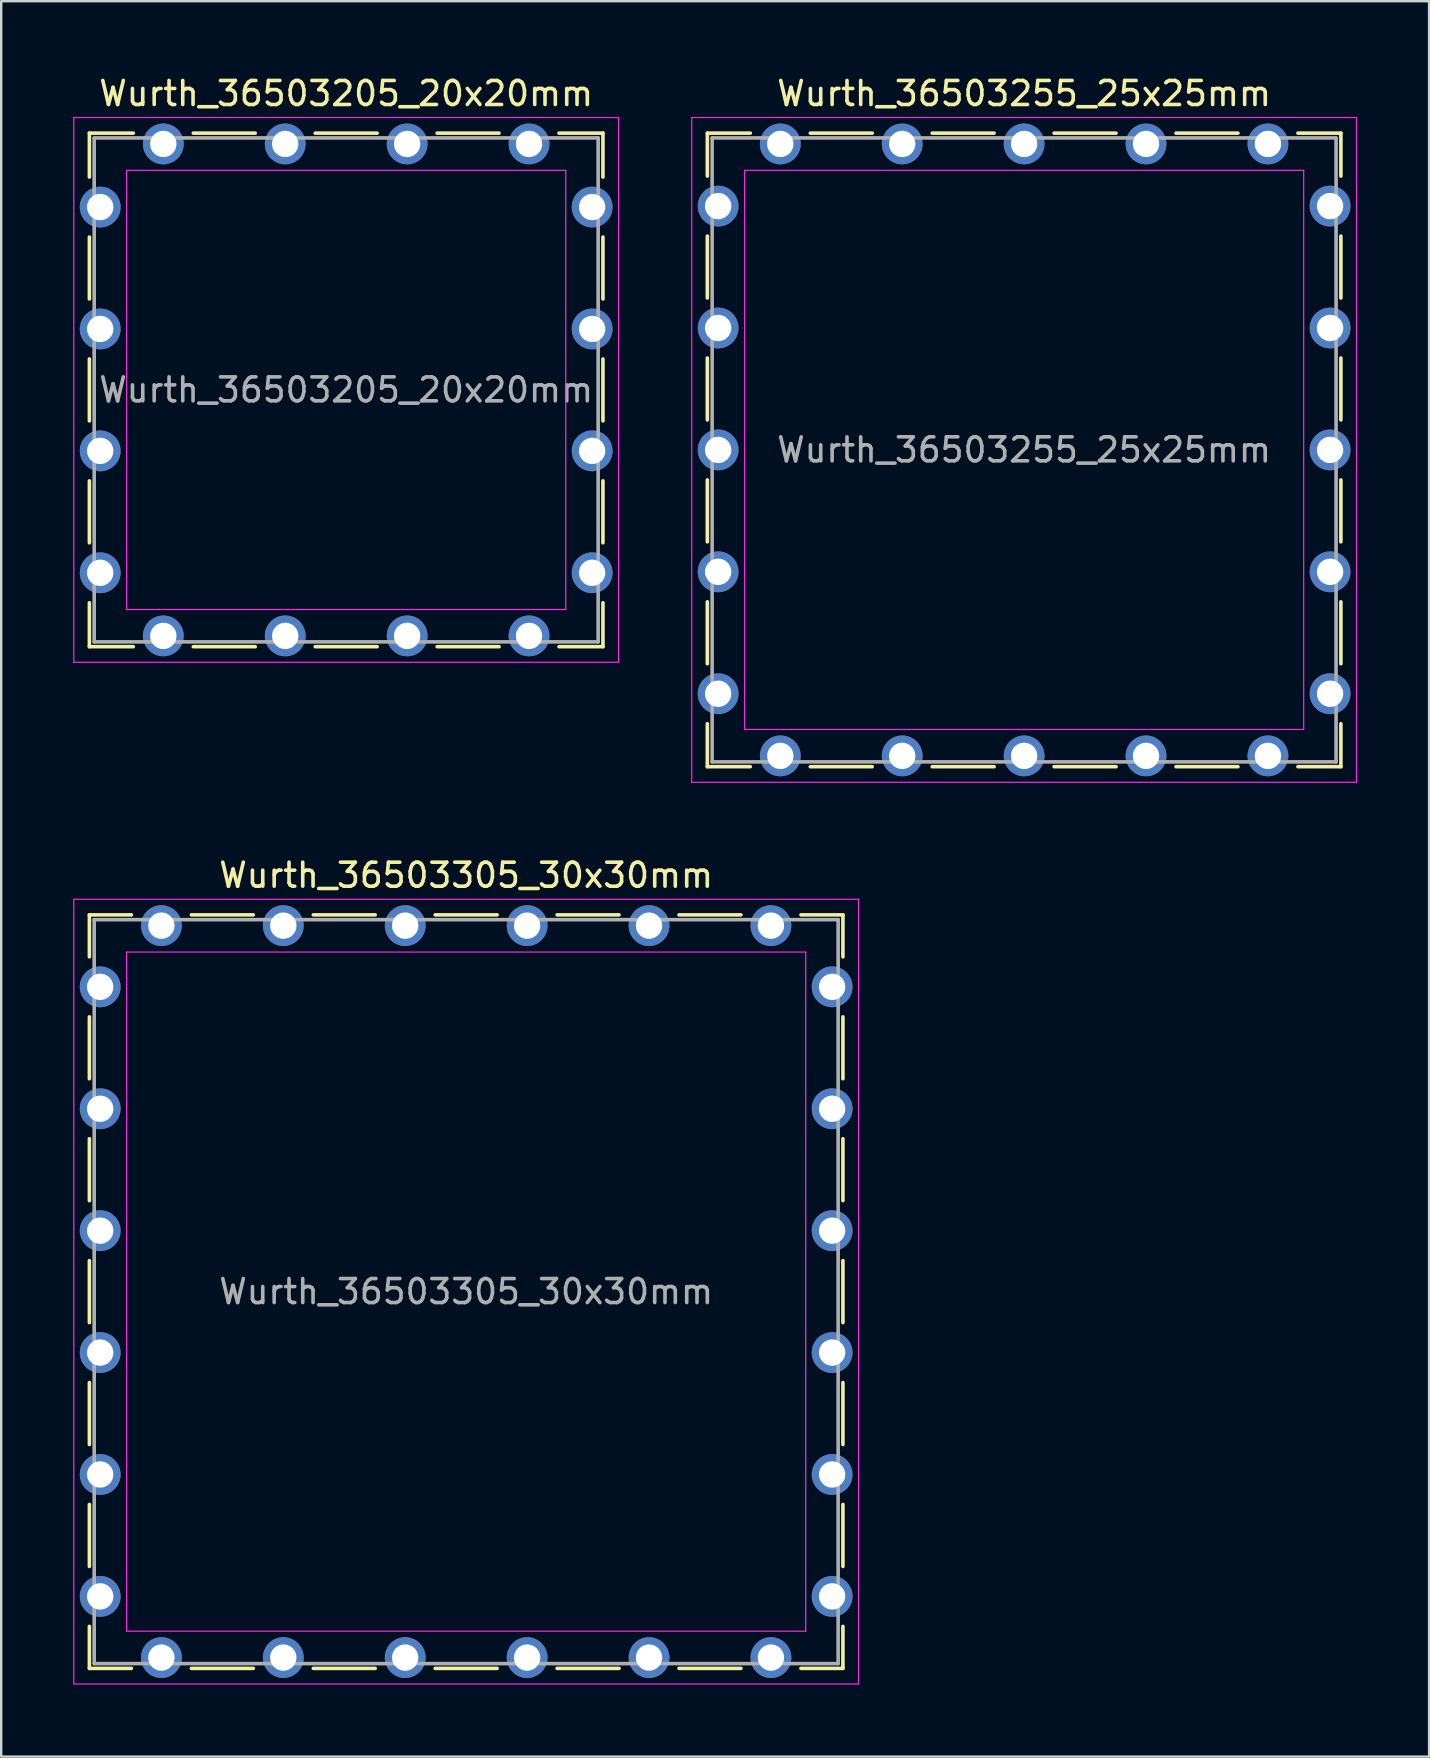
<source format=kicad_pcb>
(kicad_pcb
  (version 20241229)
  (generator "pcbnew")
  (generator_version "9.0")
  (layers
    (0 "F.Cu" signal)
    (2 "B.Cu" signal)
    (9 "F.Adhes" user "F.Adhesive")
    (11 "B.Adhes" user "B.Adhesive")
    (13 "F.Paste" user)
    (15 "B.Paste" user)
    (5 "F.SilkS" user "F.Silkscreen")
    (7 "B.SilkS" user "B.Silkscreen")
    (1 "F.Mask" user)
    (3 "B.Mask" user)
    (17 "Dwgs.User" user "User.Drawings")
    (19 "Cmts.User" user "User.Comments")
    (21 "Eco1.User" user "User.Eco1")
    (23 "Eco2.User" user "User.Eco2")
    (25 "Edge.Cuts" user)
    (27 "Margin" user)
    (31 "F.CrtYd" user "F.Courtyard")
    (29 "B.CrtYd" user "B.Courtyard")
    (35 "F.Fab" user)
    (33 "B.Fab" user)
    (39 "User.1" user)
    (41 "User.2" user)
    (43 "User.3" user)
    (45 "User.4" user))
  (footprint "Wurth_36503255_25x25mm"
    (layer "F.Cu")
    (at 39.625 15.698)
    (property "Reference" "Wurth_36503255_25x25mm" (at 0 -14.85 0) (layer "F.SilkS") (effects (font (size 1 1) (thickness 0.15))))
    (attr through_hole)
    (fp_line (start -13.2 -13.2) (end -11.41 -13.2) (stroke (width 0.15) (type solid)) (layer "F.SilkS"))
    (fp_line (start -13.2 -11.41) (end -13.2 -13.2) (stroke (width 0.15) (type solid)) (layer "F.SilkS"))
    (fp_line (start -13.2 -6.33) (end -13.2 -8.91) (stroke (width 0.15) (type solid)) (layer "F.SilkS"))
    (fp_line (start -13.2 -1.25) (end -13.2 -3.83) (stroke (width 0.15) (type solid)) (layer "F.SilkS"))
    (fp_line (start -13.2 1.25) (end -13.2 3.83) (stroke (width 0.15) (type solid)) (layer "F.SilkS"))
    (fp_line (start -13.2 6.33) (end -13.2 8.91) (stroke (width 0.15) (type solid)) (layer "F.SilkS"))
    (fp_line (start -13.2 11.41) (end -13.2 13.2) (stroke (width 0.15) (type solid)) (layer "F.SilkS"))
    (fp_line (start -13.2 13.2) (end -11.41 13.2) (stroke (width 0.15) (type solid)) (layer "F.SilkS"))
    (fp_line (start -6.33 -13.2) (end -8.91 -13.2) (stroke (width 0.15) (type solid)) (layer "F.SilkS"))
    (fp_line (start -6.33 13.2) (end -8.91 13.2) (stroke (width 0.15) (type solid)) (layer "F.SilkS"))
    (fp_line (start -1.25 -13.2) (end -3.83 -13.2) (stroke (width 0.15) (type solid)) (layer "F.SilkS"))
    (fp_line (start -1.25 13.2) (end -3.83 13.2) (stroke (width 0.15) (type solid)) (layer "F.SilkS"))
    (fp_line (start 1.25 -13.2) (end 3.83 -13.2) (stroke (width 0.15) (type solid)) (layer "F.SilkS"))
    (fp_line (start 1.25 13.2) (end 3.83 13.2) (stroke (width 0.15) (type solid)) (layer "F.SilkS"))
    (fp_line (start 6.33 -13.2) (end 8.91 -13.2) (stroke (width 0.15) (type solid)) (layer "F.SilkS"))
    (fp_line (start 6.33 13.2) (end 8.91 13.2) (stroke (width 0.15) (type solid)) (layer "F.SilkS"))
    (fp_line (start 13.2 -13.2) (end 11.41 -13.2) (stroke (width 0.15) (type solid)) (layer "F.SilkS"))
    (fp_line (start 13.2 -11.41) (end 13.2 -13.2) (stroke (width 0.15) (type solid)) (layer "F.SilkS"))
    (fp_line (start 13.2 -6.33) (end 13.2 -8.91) (stroke (width 0.15) (type solid)) (layer "F.SilkS"))
    (fp_line (start 13.2 -1.25) (end 13.2 -3.83) (stroke (width 0.15) (type solid)) (layer "F.SilkS"))
    (fp_line (start 13.2 1.25) (end 13.2 3.83) (stroke (width 0.15) (type solid)) (layer "F.SilkS"))
    (fp_line (start 13.2 6.33) (end 13.2 8.91) (stroke (width 0.15) (type solid)) (layer "F.SilkS"))
    (fp_line (start 13.2 11.41) (end 13.2 13.2) (stroke (width 0.15) (type solid)) (layer "F.SilkS"))
    (fp_line (start 13.2 13.2) (end 11.41 13.2) (stroke (width 0.15) (type solid)) (layer "F.SilkS"))
    (fp_line (start -13.85 -13.85) (end -13.85 13.85) (stroke (width 0.05) (type solid)) (layer "F.CrtYd"))
    (fp_line (start -13.85 13.85) (end 13.85 13.85) (stroke (width 0.05) (type solid)) (layer "F.CrtYd"))
    (fp_line (start -11.65 -11.65) (end -11.65 11.65) (stroke (width 0.05) (type solid)) (layer "F.CrtYd"))
    (fp_line (start -11.65 11.65) (end 11.65 11.65) (stroke (width 0.05) (type solid)) (layer "F.CrtYd"))
    (fp_line (start 11.65 -11.65) (end -11.65 -11.65) (stroke (width 0.05) (type solid)) (layer "F.CrtYd"))
    (fp_line (start 11.65 11.65) (end 11.65 -11.65) (stroke (width 0.05) (type solid)) (layer "F.CrtYd"))
    (fp_line (start 13.85 -13.85) (end -13.85 -13.85) (stroke (width 0.05) (type solid)) (layer "F.CrtYd"))
    (fp_line (start 13.85 13.85) (end 13.85 -13.85) (stroke (width 0.05) (type solid)) (layer "F.CrtYd"))
    (fp_line (start -13 -13) (end -13 13) (stroke (width 0.15) (type solid)) (layer "F.Fab"))
    (fp_line (start -13 13) (end 13 13) (stroke (width 0.15) (type solid)) (layer "F.Fab"))
    (fp_line (start 13 -13) (end -13 -13) (stroke (width 0.15) (type solid)) (layer "F.Fab"))
    (fp_line (start 13 13) (end 13 -13) (stroke (width 0.15) (type solid)) (layer "F.Fab"))
    (fp_text user "${REFERENCE}" (at 0 0 0) (layer "F.Fab") (effects (font (size 1 1) (thickness 0.15))))
    (pad "1" thru_hole circle (at -12.75 -10.16) (size 1.7 1.7) (drill 1.1) (layers "*.Cu" "*.Mask"))
    (pad "1" thru_hole circle (at -12.75 -5.08) (size 1.7 1.7) (drill 1.1) (layers "*.Cu" "*.Mask"))
    (pad "1" thru_hole circle (at -12.75 0) (size 1.7 1.7) (drill 1.1) (layers "*.Cu" "*.Mask"))
    (pad "1" thru_hole circle (at -12.75 5.08) (size 1.7 1.7) (drill 1.1) (layers "*.Cu" "*.Mask"))
    (pad "1" thru_hole circle (at -12.75 10.16) (size 1.7 1.7) (drill 1.1) (layers "*.Cu" "*.Mask"))
    (pad "1" thru_hole circle (at -10.16 -12.75) (size 1.7 1.7) (drill 1.1) (layers "*.Cu" "*.Mask"))
    (pad "1" thru_hole circle (at -10.16 12.75) (size 1.7 1.7) (drill 1.1) (layers "*.Cu" "*.Mask"))
    (pad "1" thru_hole circle (at -5.08 -12.75) (size 1.7 1.7) (drill 1.1) (layers "*.Cu" "*.Mask"))
    (pad "1" thru_hole circle (at -5.08 12.75) (size 1.7 1.7) (drill 1.1) (layers "*.Cu" "*.Mask"))
    (pad "1" thru_hole circle (at 0 -12.75) (size 1.7 1.7) (drill 1.1) (layers "*.Cu" "*.Mask"))
    (pad "1" thru_hole circle (at 0 12.75) (size 1.7 1.7) (drill 1.1) (layers "*.Cu" "*.Mask"))
    (pad "1" thru_hole circle (at 5.08 -12.75) (size 1.7 1.7) (drill 1.1) (layers "*.Cu" "*.Mask"))
    (pad "1" thru_hole circle (at 5.08 12.75) (size 1.7 1.7) (drill 1.1) (layers "*.Cu" "*.Mask"))
    (pad "1" thru_hole circle (at 10.16 -12.75) (size 1.7 1.7) (drill 1.1) (layers "*.Cu" "*.Mask"))
    (pad "1" thru_hole circle (at 10.16 12.75) (size 1.7 1.7) (drill 1.1) (layers "*.Cu" "*.Mask"))
    (pad "1" thru_hole circle (at 12.75 -10.16) (size 1.7 1.7) (drill 1.1) (layers "*.Cu" "*.Mask"))
    (pad "1" thru_hole circle (at 12.75 -5.08) (size 1.7 1.7) (drill 1.1) (layers "*.Cu" "*.Mask"))
    (pad "1" thru_hole circle (at 12.75 0) (size 1.7 1.7) (drill 1.1) (layers "*.Cu" "*.Mask"))
    (pad "1" thru_hole circle (at 12.75 5.08) (size 1.7 1.7) (drill 1.1) (layers "*.Cu" "*.Mask"))
    (pad "1" thru_hole circle (at 12.75 10.16) (size 1.7 1.7) (drill 1.1) (layers "*.Cu" "*.Mask")))
  (footprint "Wurth_36503205_20x20mm"
    (layer "F.Cu")
    (at 11.375 13.198)
    (property "Reference" "Wurth_36503205_20x20mm" (at 0 -12.35 0) (layer "F.SilkS") (effects (font (size 1 1) (thickness 0.15))))
    (attr through_hole)
    (fp_line (start -10.7 -10.7) (end -8.87 -10.7) (stroke (width 0.15) (type solid)) (layer "F.SilkS"))
    (fp_line (start -10.7 -8.87) (end -10.7 -10.7) (stroke (width 0.15) (type solid)) (layer "F.SilkS"))
    (fp_line (start -10.7 -3.79) (end -10.7 -6.37) (stroke (width 0.15) (type solid)) (layer "F.SilkS"))
    (fp_line (start -10.7 -1.29) (end -10.7 1.29) (stroke (width 0.15) (type solid)) (layer "F.SilkS"))
    (fp_line (start -10.7 3.79) (end -10.7 6.37) (stroke (width 0.15) (type solid)) (layer "F.SilkS"))
    (fp_line (start -10.7 8.87) (end -10.7 10.7) (stroke (width 0.15) (type solid)) (layer "F.SilkS"))
    (fp_line (start -10.7 10.7) (end -8.87 10.7) (stroke (width 0.15) (type solid)) (layer "F.SilkS"))
    (fp_line (start -3.79 -10.7) (end -6.37 -10.7) (stroke (width 0.15) (type solid)) (layer "F.SilkS"))
    (fp_line (start -3.79 10.7) (end -6.37 10.7) (stroke (width 0.15) (type solid)) (layer "F.SilkS"))
    (fp_line (start 1.29 -10.7) (end -1.29 -10.7) (stroke (width 0.15) (type solid)) (layer "F.SilkS"))
    (fp_line (start 1.29 10.7) (end -1.29 10.7) (stroke (width 0.15) (type solid)) (layer "F.SilkS"))
    (fp_line (start 3.79 -10.7) (end 6.37 -10.7) (stroke (width 0.15) (type solid)) (layer "F.SilkS"))
    (fp_line (start 3.79 10.7) (end 6.37 10.7) (stroke (width 0.15) (type solid)) (layer "F.SilkS"))
    (fp_line (start 10.7 -10.7) (end 8.87 -10.7) (stroke (width 0.15) (type solid)) (layer "F.SilkS"))
    (fp_line (start 10.7 -8.87) (end 10.7 -10.7) (stroke (width 0.15) (type solid)) (layer "F.SilkS"))
    (fp_line (start 10.7 -3.79) (end 10.7 -6.37) (stroke (width 0.15) (type solid)) (layer "F.SilkS"))
    (fp_line (start 10.7 1.29) (end 10.7 -1.29) (stroke (width 0.15) (type solid)) (layer "F.SilkS"))
    (fp_line (start 10.7 3.79) (end 10.7 6.37) (stroke (width 0.15) (type solid)) (layer "F.SilkS"))
    (fp_line (start 10.7 8.87) (end 10.7 10.7) (stroke (width 0.15) (type solid)) (layer "F.SilkS"))
    (fp_line (start 10.7 10.7) (end 8.87 10.7) (stroke (width 0.15) (type solid)) (layer "F.SilkS"))
    (fp_line (start -11.35 -11.35) (end -11.35 11.35) (stroke (width 0.05) (type solid)) (layer "F.CrtYd"))
    (fp_line (start -11.35 11.35) (end 11.35 11.35) (stroke (width 0.05) (type solid)) (layer "F.CrtYd"))
    (fp_line (start -9.15 -9.15) (end -9.15 9.15) (stroke (width 0.05) (type solid)) (layer "F.CrtYd"))
    (fp_line (start -9.15 9.15) (end 9.15 9.15) (stroke (width 0.05) (type solid)) (layer "F.CrtYd"))
    (fp_line (start 9.15 -9.15) (end -9.15 -9.15) (stroke (width 0.05) (type solid)) (layer "F.CrtYd"))
    (fp_line (start 9.15 9.15) (end 9.15 -9.15) (stroke (width 0.05) (type solid)) (layer "F.CrtYd"))
    (fp_line (start 11.35 -11.35) (end -11.35 -11.35) (stroke (width 0.05) (type solid)) (layer "F.CrtYd"))
    (fp_line (start 11.35 11.35) (end 11.35 -11.35) (stroke (width 0.05) (type solid)) (layer "F.CrtYd"))
    (fp_line (start -10.5 -10.5) (end -10.5 10.5) (stroke (width 0.15) (type solid)) (layer "F.Fab"))
    (fp_line (start -10.5 10.5) (end 10.5 10.5) (stroke (width 0.15) (type solid)) (layer "F.Fab"))
    (fp_line (start 10.5 -10.5) (end -10.5 -10.5) (stroke (width 0.15) (type solid)) (layer "F.Fab"))
    (fp_line (start 10.5 10.5) (end 10.5 -10.5) (stroke (width 0.15) (type solid)) (layer "F.Fab"))
    (fp_text user "${REFERENCE}" (at 0 0 0) (layer "F.Fab") (effects (font (size 1 1) (thickness 0.15))))
    (pad "1" thru_hole circle (at -10.25 -7.62) (size 1.7 1.7) (drill 1.1) (layers "*.Cu" "*.Mask"))
    (pad "1" thru_hole circle (at -10.25 -2.54) (size 1.7 1.7) (drill 1.1) (layers "*.Cu" "*.Mask"))
    (pad "1" thru_hole circle (at -10.25 2.54) (size 1.7 1.7) (drill 1.1) (layers "*.Cu" "*.Mask"))
    (pad "1" thru_hole circle (at -10.25 7.62) (size 1.7 1.7) (drill 1.1) (layers "*.Cu" "*.Mask"))
    (pad "1" thru_hole circle (at -7.62 -10.25) (size 1.7 1.7) (drill 1.1) (layers "*.Cu" "*.Mask"))
    (pad "1" thru_hole circle (at -7.62 10.25) (size 1.7 1.7) (drill 1.1) (layers "*.Cu" "*.Mask"))
    (pad "1" thru_hole circle (at -2.54 -10.25) (size 1.7 1.7) (drill 1.1) (layers "*.Cu" "*.Mask"))
    (pad "1" thru_hole circle (at -2.54 10.25) (size 1.7 1.7) (drill 1.1) (layers "*.Cu" "*.Mask"))
    (pad "1" thru_hole circle (at 2.54 -10.25) (size 1.7 1.7) (drill 1.1) (layers "*.Cu" "*.Mask"))
    (pad "1" thru_hole circle (at 2.54 10.25) (size 1.7 1.7) (drill 1.1) (layers "*.Cu" "*.Mask"))
    (pad "1" thru_hole circle (at 7.62 -10.25) (size 1.7 1.7) (drill 1.1) (layers "*.Cu" "*.Mask"))
    (pad "1" thru_hole circle (at 7.62 10.25) (size 1.7 1.7) (drill 1.1) (layers "*.Cu" "*.Mask"))
    (pad "1" thru_hole circle (at 10.25 -7.62) (size 1.7 1.7) (drill 1.1) (layers "*.Cu" "*.Mask"))
    (pad "1" thru_hole circle (at 10.25 -2.54) (size 1.7 1.7) (drill 1.1) (layers "*.Cu" "*.Mask"))
    (pad "1" thru_hole circle (at 10.25 2.54) (size 1.7 1.7) (drill 1.1) (layers "*.Cu" "*.Mask"))
    (pad "1" thru_hole circle (at 10.25 7.62) (size 1.7 1.7) (drill 1.1) (layers "*.Cu" "*.Mask")))
  (footprint "Wurth_36503305_30x30mm"
    (layer "F.Cu")
    (at 16.375 50.772)
    (property "Reference" "Wurth_36503305_30x30mm" (at 0 -17.35 0) (layer "F.SilkS") (effects (font (size 1 1) (thickness 0.15))))
    (attr through_hole)
    (fp_line (start -15.7 -15.7) (end -13.95 -15.7) (stroke (width 0.15) (type solid)) (layer "F.SilkS"))
    (fp_line (start -15.7 -13.95) (end -15.7 -15.7) (stroke (width 0.15) (type solid)) (layer "F.SilkS"))
    (fp_line (start -15.7 -8.87) (end -15.7 -11.45) (stroke (width 0.15) (type solid)) (layer "F.SilkS"))
    (fp_line (start -15.7 -3.79) (end -15.7 -6.37) (stroke (width 0.15) (type solid)) (layer "F.SilkS"))
    (fp_line (start -15.7 -1.29) (end -15.7 1.29) (stroke (width 0.15) (type solid)) (layer "F.SilkS"))
    (fp_line (start -15.7 3.79) (end -15.7 6.37) (stroke (width 0.15) (type solid)) (layer "F.SilkS"))
    (fp_line (start -15.7 8.87) (end -15.7 11.45) (stroke (width 0.15) (type solid)) (layer "F.SilkS"))
    (fp_line (start -15.7 13.95) (end -15.7 15.7) (stroke (width 0.15) (type solid)) (layer "F.SilkS"))
    (fp_line (start -15.7 15.7) (end -13.95 15.7) (stroke (width 0.15) (type solid)) (layer "F.SilkS"))
    (fp_line (start -8.87 -15.7) (end -11.45 -15.7) (stroke (width 0.15) (type solid)) (layer "F.SilkS"))
    (fp_line (start -8.87 15.7) (end -11.45 15.7) (stroke (width 0.15) (type solid)) (layer "F.SilkS"))
    (fp_line (start -3.79 -15.7) (end -6.37 -15.7) (stroke (width 0.15) (type solid)) (layer "F.SilkS"))
    (fp_line (start -3.79 15.7) (end -6.37 15.7) (stroke (width 0.15) (type solid)) (layer "F.SilkS"))
    (fp_line (start 1.29 -15.7) (end -1.29 -15.7) (stroke (width 0.15) (type solid)) (layer "F.SilkS"))
    (fp_line (start 1.29 15.7) (end -1.29 15.7) (stroke (width 0.15) (type solid)) (layer "F.SilkS"))
    (fp_line (start 3.79 -15.7) (end 6.37 -15.7) (stroke (width 0.15) (type solid)) (layer "F.SilkS"))
    (fp_line (start 3.79 15.7) (end 6.37 15.7) (stroke (width 0.15) (type solid)) (layer "F.SilkS"))
    (fp_line (start 8.87 -15.7) (end 11.45 -15.7) (stroke (width 0.15) (type solid)) (layer "F.SilkS"))
    (fp_line (start 8.87 15.7) (end 11.45 15.7) (stroke (width 0.15) (type solid)) (layer "F.SilkS"))
    (fp_line (start 15.7 -15.7) (end 13.95 -15.7) (stroke (width 0.15) (type solid)) (layer "F.SilkS"))
    (fp_line (start 15.7 -13.95) (end 15.7 -15.7) (stroke (width 0.15) (type solid)) (layer "F.SilkS"))
    (fp_line (start 15.7 -8.87) (end 15.7 -11.45) (stroke (width 0.15) (type solid)) (layer "F.SilkS"))
    (fp_line (start 15.7 -3.79) (end 15.7 -6.37) (stroke (width 0.15) (type solid)) (layer "F.SilkS"))
    (fp_line (start 15.7 1.29) (end 15.7 -1.29) (stroke (width 0.15) (type solid)) (layer "F.SilkS"))
    (fp_line (start 15.7 3.79) (end 15.7 6.37) (stroke (width 0.15) (type solid)) (layer "F.SilkS"))
    (fp_line (start 15.7 8.87) (end 15.7 11.45) (stroke (width 0.15) (type solid)) (layer "F.SilkS"))
    (fp_line (start 15.7 13.95) (end 15.7 15.7) (stroke (width 0.15) (type solid)) (layer "F.SilkS"))
    (fp_line (start 15.7 15.7) (end 13.95 15.7) (stroke (width 0.15) (type solid)) (layer "F.SilkS"))
    (fp_line (start -16.35 -16.35) (end -16.35 16.35) (stroke (width 0.05) (type solid)) (layer "F.CrtYd"))
    (fp_line (start -16.35 16.35) (end 16.35 16.35) (stroke (width 0.05) (type solid)) (layer "F.CrtYd"))
    (fp_line (start -14.15 -14.15) (end -14.15 14.15) (stroke (width 0.05) (type solid)) (layer "F.CrtYd"))
    (fp_line (start -14.15 14.15) (end 14.15 14.15) (stroke (width 0.05) (type solid)) (layer "F.CrtYd"))
    (fp_line (start 14.15 -14.15) (end -14.15 -14.15) (stroke (width 0.05) (type solid)) (layer "F.CrtYd"))
    (fp_line (start 14.15 14.15) (end 14.15 -14.15) (stroke (width 0.05) (type solid)) (layer "F.CrtYd"))
    (fp_line (start 16.35 -16.35) (end -16.35 -16.35) (stroke (width 0.05) (type solid)) (layer "F.CrtYd"))
    (fp_line (start 16.35 16.35) (end 16.35 -16.35) (stroke (width 0.05) (type solid)) (layer "F.CrtYd"))
    (fp_line (start -15.5 -15.5) (end -15.5 15.5) (stroke (width 0.15) (type solid)) (layer "F.Fab"))
    (fp_line (start -15.5 15.5) (end 15.5 15.5) (stroke (width 0.15) (type solid)) (layer "F.Fab"))
    (fp_line (start 15.5 -15.5) (end -15.5 -15.5) (stroke (width 0.15) (type solid)) (layer "F.Fab"))
    (fp_line (start 15.5 15.5) (end 15.5 -15.5) (stroke (width 0.15) (type solid)) (layer "F.Fab"))
    (fp_text user "${REFERENCE}" (at 0 0 0) (layer "F.Fab") (effects (font (size 1 1) (thickness 0.15))))
    (pad "1" thru_hole circle (at -15.25 -12.7) (size 1.7 1.7) (drill 1.1) (layers "*.Cu" "*.Mask"))
    (pad "1" thru_hole circle (at -15.25 -7.62) (size 1.7 1.7) (drill 1.1) (layers "*.Cu" "*.Mask"))
    (pad "1" thru_hole circle (at -15.25 -2.54) (size 1.7 1.7) (drill 1.1) (layers "*.Cu" "*.Mask"))
    (pad "1" thru_hole circle (at -15.25 2.54) (size 1.7 1.7) (drill 1.1) (layers "*.Cu" "*.Mask"))
    (pad "1" thru_hole circle (at -15.25 7.62) (size 1.7 1.7) (drill 1.1) (layers "*.Cu" "*.Mask"))
    (pad "1" thru_hole circle (at -15.25 12.7) (size 1.7 1.7) (drill 1.1) (layers "*.Cu" "*.Mask"))
    (pad "1" thru_hole circle (at -12.7 -15.25) (size 1.7 1.7) (drill 1.1) (layers "*.Cu" "*.Mask"))
    (pad "1" thru_hole circle (at -12.7 15.25) (size 1.7 1.7) (drill 1.1) (layers "*.Cu" "*.Mask"))
    (pad "1" thru_hole circle (at -7.62 -15.25) (size 1.7 1.7) (drill 1.1) (layers "*.Cu" "*.Mask"))
    (pad "1" thru_hole circle (at -7.62 15.25) (size 1.7 1.7) (drill 1.1) (layers "*.Cu" "*.Mask"))
    (pad "1" thru_hole circle (at -2.54 -15.25) (size 1.7 1.7) (drill 1.1) (layers "*.Cu" "*.Mask"))
    (pad "1" thru_hole circle (at -2.54 15.25) (size 1.7 1.7) (drill 1.1) (layers "*.Cu" "*.Mask"))
    (pad "1" thru_hole circle (at 2.54 -15.25) (size 1.7 1.7) (drill 1.1) (layers "*.Cu" "*.Mask"))
    (pad "1" thru_hole circle (at 2.54 15.25) (size 1.7 1.7) (drill 1.1) (layers "*.Cu" "*.Mask"))
    (pad "1" thru_hole circle (at 7.62 -15.25) (size 1.7 1.7) (drill 1.1) (layers "*.Cu" "*.Mask"))
    (pad "1" thru_hole circle (at 7.62 15.25) (size 1.7 1.7) (drill 1.1) (layers "*.Cu" "*.Mask"))
    (pad "1" thru_hole circle (at 12.7 -15.25) (size 1.7 1.7) (drill 1.1) (layers "*.Cu" "*.Mask"))
    (pad "1" thru_hole circle (at 12.7 15.25) (size 1.7 1.7) (drill 1.1) (layers "*.Cu" "*.Mask"))
    (pad "1" thru_hole circle (at 15.25 -12.7) (size 1.7 1.7) (drill 1.1) (layers "*.Cu" "*.Mask"))
    (pad "1" thru_hole circle (at 15.25 -7.62) (size 1.7 1.7) (drill 1.1) (layers "*.Cu" "*.Mask"))
    (pad "1" thru_hole circle (at 15.25 -2.54) (size 1.7 1.7) (drill 1.1) (layers "*.Cu" "*.Mask"))
    (pad "1" thru_hole circle (at 15.25 2.54) (size 1.7 1.7) (drill 1.1) (layers "*.Cu" "*.Mask"))
    (pad "1" thru_hole circle (at 15.25 7.62) (size 1.7 1.7) (drill 1.1) (layers "*.Cu" "*.Mask"))
    (pad "1" thru_hole circle (at 15.25 12.7) (size 1.7 1.7) (drill 1.1) (layers "*.Cu" "*.Mask")))
  (gr_rect
    (start -3 -3)
    (end 56.5 70.147)
    (stroke (width 0.1) (type default))
    (fill no)
    (layer "Edge.Cuts")))
</source>
